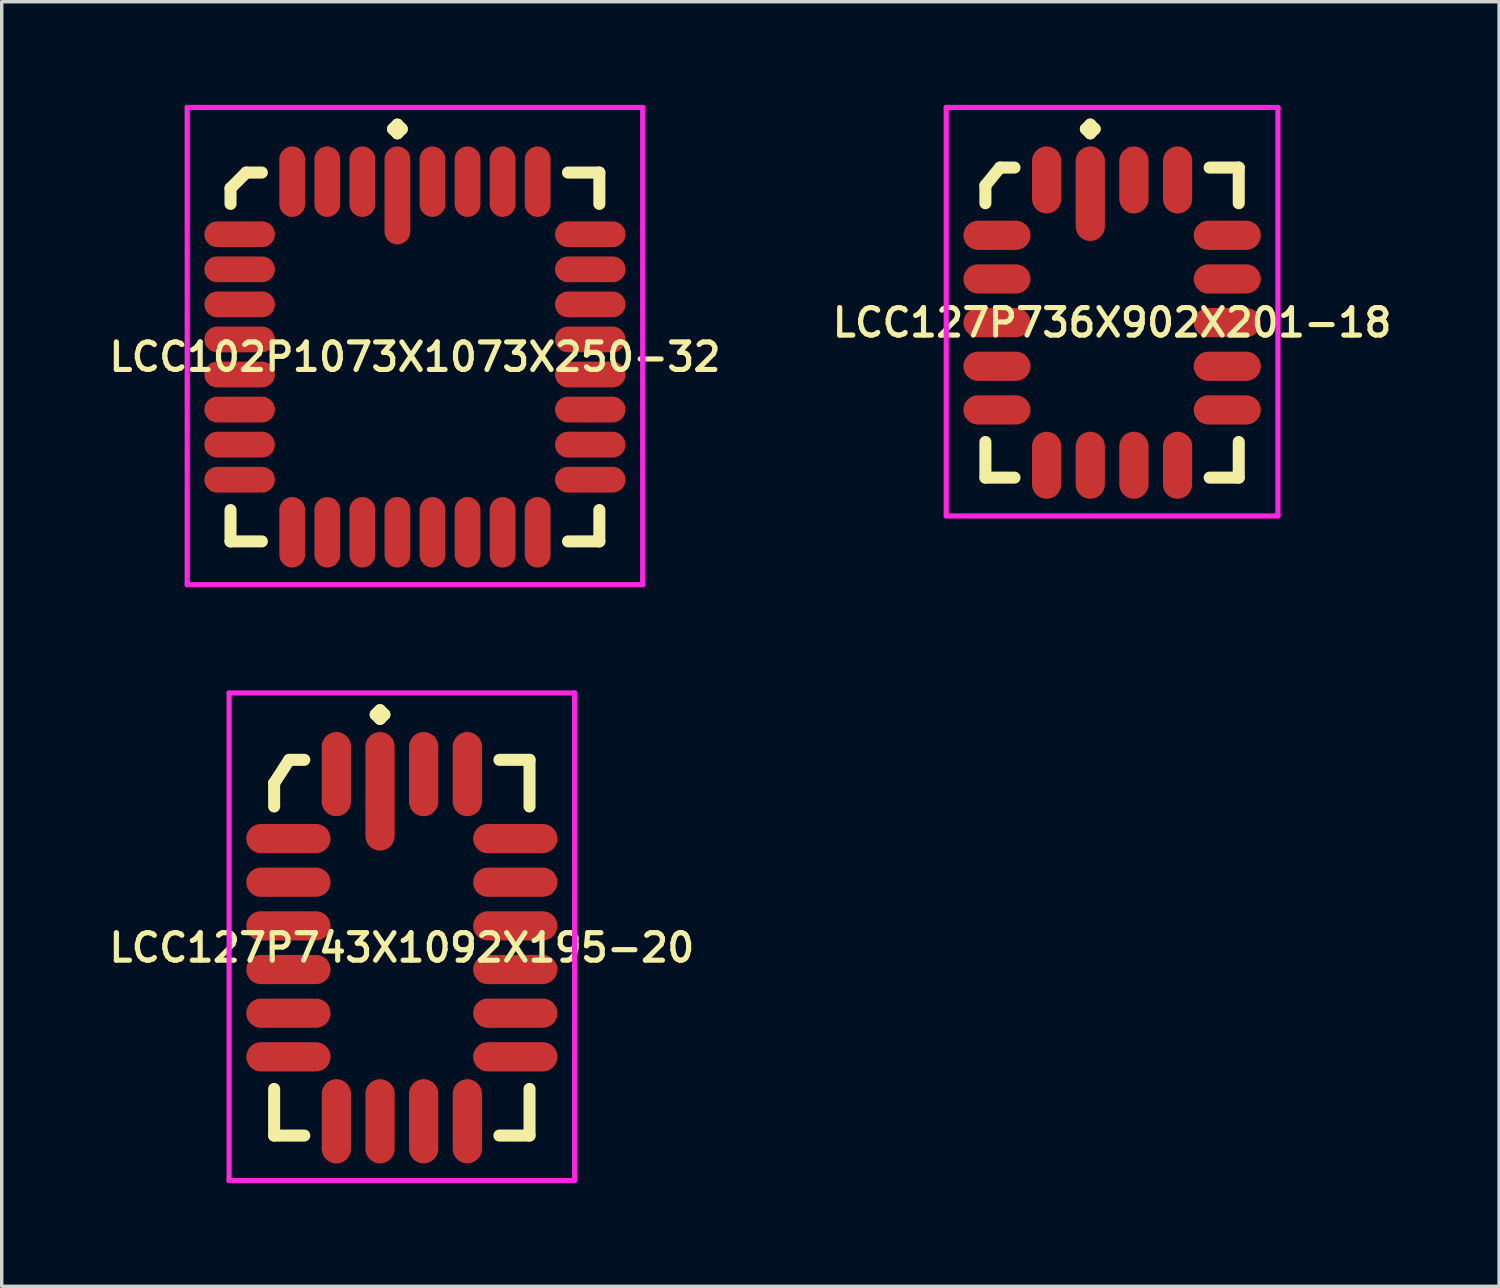
<source format=kicad_pcb>
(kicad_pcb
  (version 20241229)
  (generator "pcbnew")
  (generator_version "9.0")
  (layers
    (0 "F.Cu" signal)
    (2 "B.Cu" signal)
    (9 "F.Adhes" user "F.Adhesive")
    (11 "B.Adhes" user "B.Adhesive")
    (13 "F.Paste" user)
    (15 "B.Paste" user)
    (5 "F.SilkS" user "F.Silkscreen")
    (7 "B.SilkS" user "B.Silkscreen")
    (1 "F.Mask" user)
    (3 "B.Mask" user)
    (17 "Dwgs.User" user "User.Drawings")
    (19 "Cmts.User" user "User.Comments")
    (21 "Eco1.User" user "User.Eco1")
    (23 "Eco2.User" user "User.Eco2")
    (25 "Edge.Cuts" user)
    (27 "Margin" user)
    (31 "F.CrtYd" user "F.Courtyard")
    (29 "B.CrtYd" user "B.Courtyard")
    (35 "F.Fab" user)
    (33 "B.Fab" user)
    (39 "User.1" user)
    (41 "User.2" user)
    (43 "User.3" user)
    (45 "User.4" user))
  (footprint "LCC102P1073X1073X250-32"
    (layer "F.Cu")
    (at 9.021 7.335)
    (property "Reference" "LCC102P1073X1073X250-32" (at 0 0 0) (layer "F.SilkS") (effects (font (size 0.8 0.8) (thickness 0.15))))
    (attr smd)
    (fp_line (start -5.365 -4.909) (end -4.909 -5.365) (stroke (width 0.35) (type solid)) (layer "F.SilkS"))
    (fp_line (start -5.365 -4.453) (end -5.365 -4.909) (stroke (width 0.35) (type solid)) (layer "F.SilkS"))
    (fp_line (start -5.365 4.453) (end -5.365 5.365) (stroke (width 0.35) (type solid)) (layer "F.SilkS"))
    (fp_line (start -5.365 5.365) (end -4.453 5.365) (stroke (width 0.35) (type solid)) (layer "F.SilkS"))
    (fp_line (start -4.909 -5.365) (end -4.453 -5.365) (stroke (width 0.35) (type solid)) (layer "F.SilkS"))
    (fp_line (start -0.637 -6.633) (end -0.51 -6.76) (stroke (width 0.35) (type solid)) (layer "F.SilkS"))
    (fp_line (start -0.51 -6.76) (end -0.383 -6.633) (stroke (width 0.35) (type solid)) (layer "F.SilkS"))
    (fp_line (start -0.51 -6.506) (end -0.637 -6.633) (stroke (width 0.35) (type solid)) (layer "F.SilkS"))
    (fp_line (start -0.383 -6.633) (end -0.51 -6.506) (stroke (width 0.35) (type solid)) (layer "F.SilkS"))
    (fp_line (start 5.365 -5.365) (end 4.453 -5.365) (stroke (width 0.35) (type solid)) (layer "F.SilkS"))
    (fp_line (start 5.365 -4.453) (end 5.365 -5.365) (stroke (width 0.35) (type solid)) (layer "F.SilkS"))
    (fp_line (start 5.365 4.453) (end 5.365 5.365) (stroke (width 0.35) (type solid)) (layer "F.SilkS"))
    (fp_line (start 5.365 5.365) (end 4.453 5.365) (stroke (width 0.35) (type solid)) (layer "F.SilkS"))
    (fp_line (start -6.625 -7.26) (end 6.625 -7.26) (stroke (width 0.15) (type solid)) (layer "F.CrtYd"))
    (fp_line (start -6.625 6.625) (end -6.625 -7.26) (stroke (width 0.15) (type solid)) (layer "F.CrtYd"))
    (fp_line (start 6.625 -7.26) (end 6.625 6.625) (stroke (width 0.15) (type solid)) (layer "F.CrtYd"))
    (fp_line (start 6.625 6.625) (end -6.625 6.625) (stroke (width 0.15) (type solid)) (layer "F.CrtYd"))
    (pad "1" smd oval (at -0.51 -4.7) (size 0.75 2.85) (layers "F.Cu" "F.Mask" "F.Paste"))
    (pad "2" smd oval (at -1.53 -5.1) (size 0.75 2.05) (layers "F.Cu" "F.Mask" "F.Paste"))
    (pad "3" smd oval (at -2.55 -5.1) (size 0.75 2.05) (layers "F.Cu" "F.Mask" "F.Paste"))
    (pad "4" smd oval (at -3.57 -5.1) (size 0.75 2.05) (layers "F.Cu" "F.Mask" "F.Paste"))
    (pad "5" smd oval (at -5.1 -3.57) (size 2.05 0.75) (layers "F.Cu" "F.Mask" "F.Paste"))
    (pad "6" smd oval (at -5.1 -2.55) (size 2.05 0.75) (layers "F.Cu" "F.Mask" "F.Paste"))
    (pad "7" smd oval (at -5.1 -1.53) (size 2.05 0.75) (layers "F.Cu" "F.Mask" "F.Paste"))
    (pad "8" smd oval (at -5.1 -0.51) (size 2.05 0.75) (layers "F.Cu" "F.Mask" "F.Paste"))
    (pad "9" smd oval (at -5.1 0.51) (size 2.05 0.75) (layers "F.Cu" "F.Mask" "F.Paste"))
    (pad "10" smd oval (at -5.1 1.53) (size 2.05 0.75) (layers "F.Cu" "F.Mask" "F.Paste"))
    (pad "11" smd oval (at -5.1 2.55) (size 2.05 0.75) (layers "F.Cu" "F.Mask" "F.Paste"))
    (pad "12" smd oval (at -5.1 3.57) (size 2.05 0.75) (layers "F.Cu" "F.Mask" "F.Paste"))
    (pad "13" smd oval (at -3.57 5.1) (size 0.75 2.05) (layers "F.Cu" "F.Mask" "F.Paste"))
    (pad "14" smd oval (at -2.55 5.1) (size 0.75 2.05) (layers "F.Cu" "F.Mask" "F.Paste"))
    (pad "15" smd oval (at -1.53 5.1) (size 0.75 2.05) (layers "F.Cu" "F.Mask" "F.Paste"))
    (pad "16" smd oval (at -0.51 5.1) (size 0.75 2.05) (layers "F.Cu" "F.Mask" "F.Paste"))
    (pad "17" smd oval (at 0.51 5.1) (size 0.75 2.05) (layers "F.Cu" "F.Mask" "F.Paste"))
    (pad "18" smd oval (at 1.53 5.1) (size 0.75 2.05) (layers "F.Cu" "F.Mask" "F.Paste"))
    (pad "19" smd oval (at 2.55 5.1) (size 0.75 2.05) (layers "F.Cu" "F.Mask" "F.Paste"))
    (pad "20" smd oval (at 3.57 5.1) (size 0.75 2.05) (layers "F.Cu" "F.Mask" "F.Paste"))
    (pad "21" smd oval (at 5.1 3.57) (size 2.05 0.75) (layers "F.Cu" "F.Mask" "F.Paste"))
    (pad "22" smd oval (at 5.1 2.55) (size 2.05 0.75) (layers "F.Cu" "F.Mask" "F.Paste"))
    (pad "23" smd oval (at 5.1 1.53) (size 2.05 0.75) (layers "F.Cu" "F.Mask" "F.Paste"))
    (pad "24" smd oval (at 5.1 0.51) (size 2.05 0.75) (layers "F.Cu" "F.Mask" "F.Paste"))
    (pad "25" smd oval (at 5.1 -0.51) (size 2.05 0.75) (layers "F.Cu" "F.Mask" "F.Paste"))
    (pad "26" smd oval (at 5.1 -1.53) (size 2.05 0.75) (layers "F.Cu" "F.Mask" "F.Paste"))
    (pad "27" smd oval (at 5.1 -2.55) (size 2.05 0.75) (layers "F.Cu" "F.Mask" "F.Paste"))
    (pad "28" smd oval (at 5.1 -3.57) (size 2.05 0.75) (layers "F.Cu" "F.Mask" "F.Paste"))
    (pad "29" smd oval (at 3.57 -5.1) (size 0.75 2.05) (layers "F.Cu" "F.Mask" "F.Paste"))
    (pad "30" smd oval (at 2.55 -5.1) (size 0.75 2.05) (layers "F.Cu" "F.Mask" "F.Paste"))
    (pad "31" smd oval (at 1.53 -5.1) (size 0.75 2.05) (layers "F.Cu" "F.Mask" "F.Paste"))
    (pad "32" smd oval (at 0.51 -5.1) (size 0.75 2.05) (layers "F.Cu" "F.Mask" "F.Paste")))
  (footprint "LCC127P743X1092X195-20"
    (layer "F.Cu")
    (at 8.64 24.52)
    (property "Reference" "LCC127P743X1092X195-20" (at 0 0 0) (layer "F.SilkS") (effects (font (size 0.8 0.8) (thickness 0.15))))
    (attr smd)
    (fp_line (start -3.715 -4.787) (end -3.276 -5.465) (stroke (width 0.35) (type solid)) (layer "F.SilkS"))
    (fp_line (start -3.715 -4.108) (end -3.715 -4.787) (stroke (width 0.35) (type solid)) (layer "F.SilkS"))
    (fp_line (start -3.715 4.108) (end -3.715 5.465) (stroke (width 0.35) (type solid)) (layer "F.SilkS"))
    (fp_line (start -3.715 5.465) (end -2.838 5.465) (stroke (width 0.35) (type solid)) (layer "F.SilkS"))
    (fp_line (start -3.276 -5.465) (end -2.838 -5.465) (stroke (width 0.35) (type solid)) (layer "F.SilkS"))
    (fp_line (start -0.762 -6.783) (end -0.635 -6.91) (stroke (width 0.35) (type solid)) (layer "F.SilkS"))
    (fp_line (start -0.635 -6.91) (end -0.508 -6.783) (stroke (width 0.35) (type solid)) (layer "F.SilkS"))
    (fp_line (start -0.635 -6.656) (end -0.762 -6.783) (stroke (width 0.35) (type solid)) (layer "F.SilkS"))
    (fp_line (start -0.508 -6.783) (end -0.635 -6.656) (stroke (width 0.35) (type solid)) (layer "F.SilkS"))
    (fp_line (start 3.715 -5.465) (end 2.838 -5.465) (stroke (width 0.35) (type solid)) (layer "F.SilkS"))
    (fp_line (start 3.715 -4.108) (end 3.715 -5.465) (stroke (width 0.35) (type solid)) (layer "F.SilkS"))
    (fp_line (start 3.715 4.108) (end 3.715 5.465) (stroke (width 0.35) (type solid)) (layer "F.SilkS"))
    (fp_line (start 3.715 5.465) (end 2.838 5.465) (stroke (width 0.35) (type solid)) (layer "F.SilkS"))
    (fp_line (start -5.025 -7.41) (end 5.025 -7.41) (stroke (width 0.15) (type solid)) (layer "F.CrtYd"))
    (fp_line (start -5.025 6.775) (end -5.025 -7.41) (stroke (width 0.15) (type solid)) (layer "F.CrtYd"))
    (fp_line (start 5.025 -7.41) (end 5.025 6.775) (stroke (width 0.15) (type solid)) (layer "F.CrtYd"))
    (fp_line (start 5.025 6.775) (end -5.025 6.775) (stroke (width 0.15) (type solid)) (layer "F.CrtYd"))
    (pad "1" smd oval (at -0.635 -4.55) (size 0.85 3.45) (layers "F.Cu" "F.Mask" "F.Paste"))
    (pad "2" smd oval (at -1.905 -5.05) (size 0.85 2.45) (layers "F.Cu" "F.Mask" "F.Paste"))
    (pad "3" smd oval (at -3.3 -3.175) (size 2.45 0.85) (layers "F.Cu" "F.Mask" "F.Paste"))
    (pad "4" smd oval (at -3.3 -1.905) (size 2.45 0.85) (layers "F.Cu" "F.Mask" "F.Paste"))
    (pad "5" smd oval (at -3.3 -0.635) (size 2.45 0.85) (layers "F.Cu" "F.Mask" "F.Paste"))
    (pad "6" smd oval (at -3.3 0.635) (size 2.45 0.85) (layers "F.Cu" "F.Mask" "F.Paste"))
    (pad "7" smd oval (at -3.3 1.905) (size 2.45 0.85) (layers "F.Cu" "F.Mask" "F.Paste"))
    (pad "8" smd oval (at -3.3 3.175) (size 2.45 0.85) (layers "F.Cu" "F.Mask" "F.Paste"))
    (pad "9" smd oval (at -1.905 5.05) (size 0.85 2.45) (layers "F.Cu" "F.Mask" "F.Paste"))
    (pad "10" smd oval (at -0.635 5.05) (size 0.85 2.45) (layers "F.Cu" "F.Mask" "F.Paste"))
    (pad "11" smd oval (at 0.635 5.05) (size 0.85 2.45) (layers "F.Cu" "F.Mask" "F.Paste"))
    (pad "12" smd oval (at 1.905 5.05) (size 0.85 2.45) (layers "F.Cu" "F.Mask" "F.Paste"))
    (pad "13" smd oval (at 3.3 3.175) (size 2.45 0.85) (layers "F.Cu" "F.Mask" "F.Paste"))
    (pad "14" smd oval (at 3.3 1.905) (size 2.45 0.85) (layers "F.Cu" "F.Mask" "F.Paste"))
    (pad "15" smd oval (at 3.3 0.635) (size 2.45 0.85) (layers "F.Cu" "F.Mask" "F.Paste"))
    (pad "16" smd oval (at 3.3 -0.635) (size 2.45 0.85) (layers "F.Cu" "F.Mask" "F.Paste"))
    (pad "17" smd oval (at 3.3 -1.905) (size 2.45 0.85) (layers "F.Cu" "F.Mask" "F.Paste"))
    (pad "18" smd oval (at 3.3 -3.175) (size 2.45 0.85) (layers "F.Cu" "F.Mask" "F.Paste"))
    (pad "19" smd oval (at 1.905 -5.05) (size 0.85 2.45) (layers "F.Cu" "F.Mask" "F.Paste"))
    (pad "20" smd oval (at 0.635 -5.05) (size 0.85 2.45) (layers "F.Cu" "F.Mask" "F.Paste")))
  (footprint "LCC127P736X902X201-18"
    (layer "F.Cu")
    (at 29.302 6.335)
    (property "Reference" "LCC127P736X902X201-18" (at 0 0 0) (layer "F.SilkS") (effects (font (size 0.8 0.8) (thickness 0.15))))
    (attr smd)
    (fp_line (start -3.685 -3.991) (end -3.261 -4.51) (stroke (width 0.35) (type solid)) (layer "F.SilkS"))
    (fp_line (start -3.685 -3.473) (end -3.685 -3.991) (stroke (width 0.35) (type solid)) (layer "F.SilkS"))
    (fp_line (start -3.685 3.473) (end -3.685 4.51) (stroke (width 0.35) (type solid)) (layer "F.SilkS"))
    (fp_line (start -3.685 4.51) (end -2.838 4.51) (stroke (width 0.35) (type solid)) (layer "F.SilkS"))
    (fp_line (start -3.261 -4.51) (end -2.838 -4.51) (stroke (width 0.35) (type solid)) (layer "F.SilkS"))
    (fp_line (start -0.762 -5.633) (end -0.635 -5.76) (stroke (width 0.35) (type solid)) (layer "F.SilkS"))
    (fp_line (start -0.635 -5.76) (end -0.508 -5.633) (stroke (width 0.35) (type solid)) (layer "F.SilkS"))
    (fp_line (start -0.635 -5.506) (end -0.762 -5.633) (stroke (width 0.35) (type solid)) (layer "F.SilkS"))
    (fp_line (start -0.508 -5.633) (end -0.635 -5.506) (stroke (width 0.35) (type solid)) (layer "F.SilkS"))
    (fp_line (start 3.685 -4.51) (end 2.838 -4.51) (stroke (width 0.35) (type solid)) (layer "F.SilkS"))
    (fp_line (start 3.685 -3.473) (end 3.685 -4.51) (stroke (width 0.35) (type solid)) (layer "F.SilkS"))
    (fp_line (start 3.685 3.473) (end 3.685 4.51) (stroke (width 0.35) (type solid)) (layer "F.SilkS"))
    (fp_line (start 3.685 4.51) (end 2.838 4.51) (stroke (width 0.35) (type solid)) (layer "F.SilkS"))
    (fp_line (start -4.825 -6.26) (end 4.825 -6.26) (stroke (width 0.15) (type solid)) (layer "F.CrtYd"))
    (fp_line (start -4.825 5.625) (end -4.825 -6.26) (stroke (width 0.15) (type solid)) (layer "F.CrtYd"))
    (fp_line (start 4.825 -6.26) (end 4.825 5.625) (stroke (width 0.15) (type solid)) (layer "F.CrtYd"))
    (fp_line (start 4.825 5.625) (end -4.825 5.625) (stroke (width 0.15) (type solid)) (layer "F.CrtYd"))
    (pad "1" smd oval (at -0.635 -3.75) (size 0.85 2.75) (layers "F.Cu" "F.Mask" "F.Paste"))
    (pad "2" smd oval (at -1.905 -4.15) (size 0.85 1.95) (layers "F.Cu" "F.Mask" "F.Paste"))
    (pad "3" smd oval (at -3.35 -2.54) (size 1.95 0.85) (layers "F.Cu" "F.Mask" "F.Paste"))
    (pad "4" smd oval (at -3.35 -1.27) (size 1.95 0.85) (layers "F.Cu" "F.Mask" "F.Paste"))
    (pad "5" smd oval (at -3.35 0) (size 1.95 0.85) (layers "F.Cu" "F.Mask" "F.Paste"))
    (pad "6" smd oval (at -3.35 1.27) (size 1.95 0.85) (layers "F.Cu" "F.Mask" "F.Paste"))
    (pad "7" smd oval (at -3.35 2.54) (size 1.95 0.85) (layers "F.Cu" "F.Mask" "F.Paste"))
    (pad "8" smd oval (at -1.905 4.15) (size 0.85 1.95) (layers "F.Cu" "F.Mask" "F.Paste"))
    (pad "9" smd oval (at -0.635 4.15) (size 0.85 1.95) (layers "F.Cu" "F.Mask" "F.Paste"))
    (pad "10" smd oval (at 0.635 4.15) (size 0.85 1.95) (layers "F.Cu" "F.Mask" "F.Paste"))
    (pad "11" smd oval (at 1.905 4.15) (size 0.85 1.95) (layers "F.Cu" "F.Mask" "F.Paste"))
    (pad "12" smd oval (at 3.35 2.54) (size 1.95 0.85) (layers "F.Cu" "F.Mask" "F.Paste"))
    (pad "13" smd oval (at 3.35 1.27) (size 1.95 0.85) (layers "F.Cu" "F.Mask" "F.Paste"))
    (pad "14" smd oval (at 3.35 0) (size 1.95 0.85) (layers "F.Cu" "F.Mask" "F.Paste"))
    (pad "15" smd oval (at 3.35 -1.27) (size 1.95 0.85) (layers "F.Cu" "F.Mask" "F.Paste"))
    (pad "16" smd oval (at 3.35 -2.54) (size 1.95 0.85) (layers "F.Cu" "F.Mask" "F.Paste"))
    (pad "17" smd oval (at 1.905 -4.15) (size 0.85 1.95) (layers "F.Cu" "F.Mask" "F.Paste"))
    (pad "18" smd oval (at 0.635 -4.15) (size 0.85 1.95) (layers "F.Cu" "F.Mask" "F.Paste")))
  (gr_rect
    (start -3 -3)
    (end 40.561 34.37)
    (stroke (width 0.1) (type default))
    (fill no)
    (layer "Edge.Cuts")))
</source>
